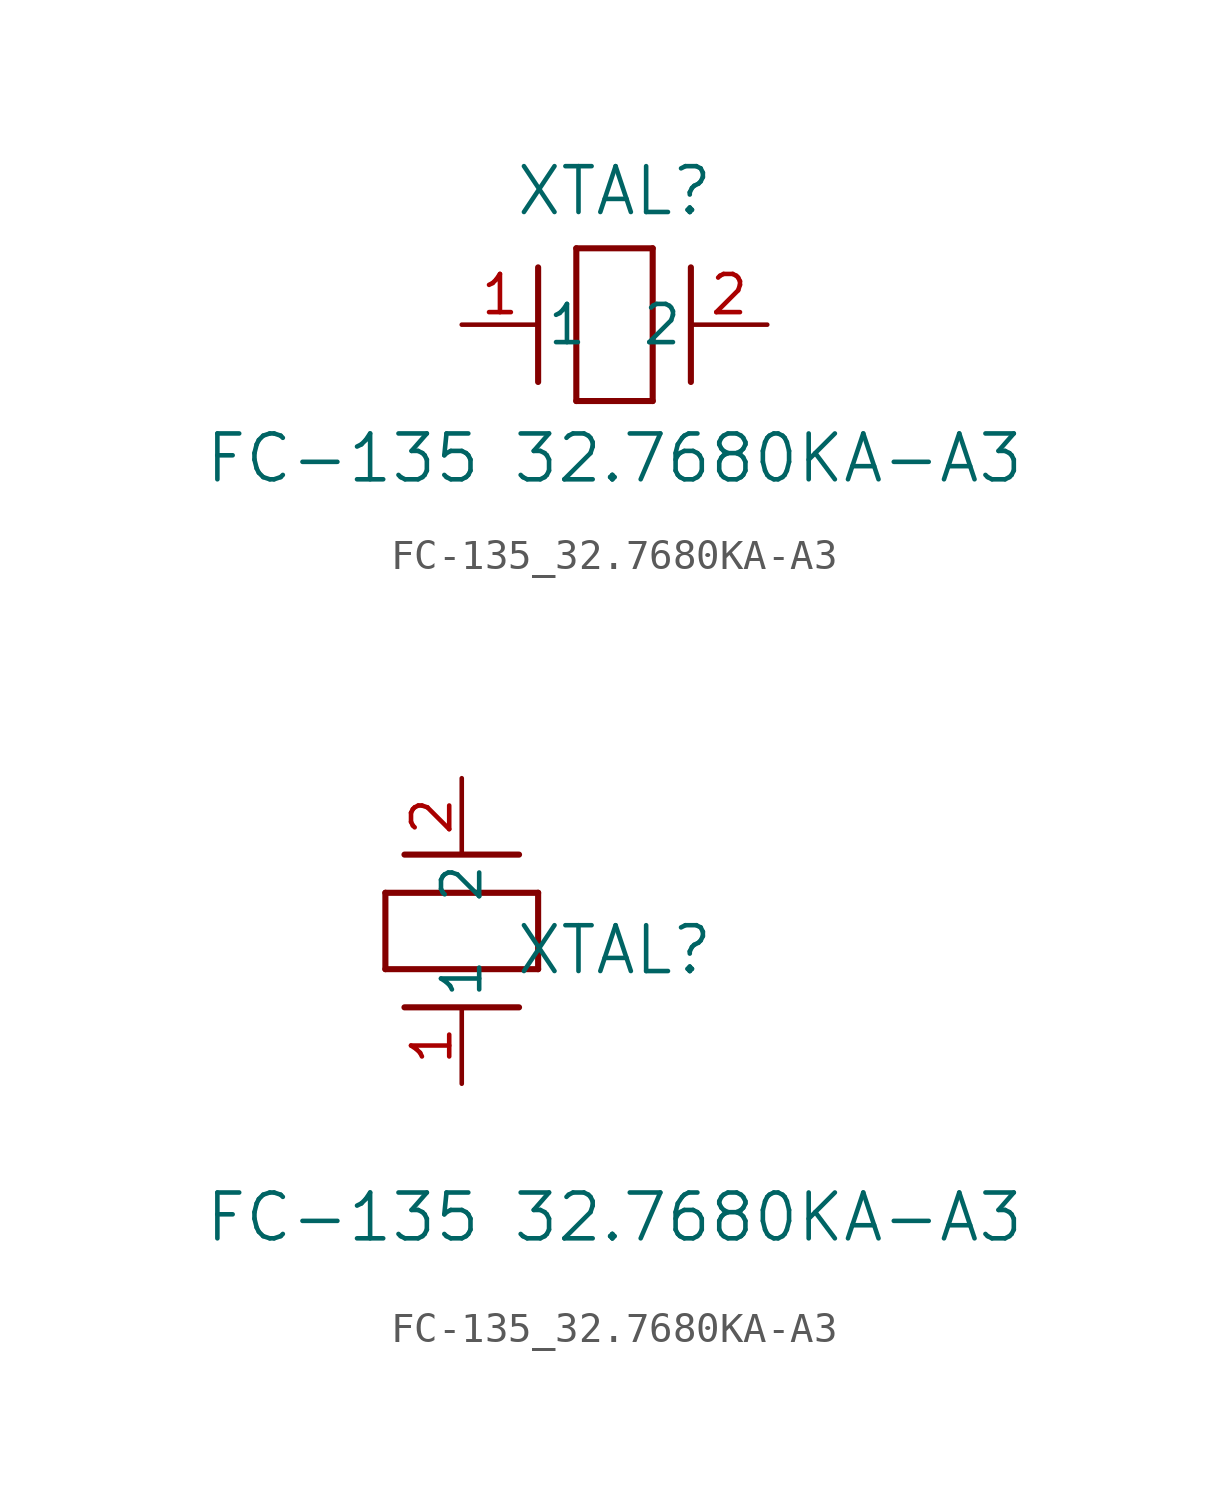
<source format=kicad_sym>
(kicad_symbol_lib
  (version 20211014)
  (generator kicad_symbol_editor)
  (symbol "FC-135_32.7680KA-A3"
    (pin_names
      (offset 0.254))
    (property "Reference" "XTAL"
      (at 5.08 4.445 0)
      (effects (font (size 1.524 1.524))))
    (property "Value" "FC-135 32.7680KA-A3"
      (at 5.08 -4.445 0)
      (effects (font (size 1.524 1.524))))
    (symbol "FC-135_32.7680KA-A3_1_1"
      (polyline (pts (xy 2.54 -1.905) (xy 2.54 1.905)) (stroke (width 0.203) (type default) (color 0 0 0 0)) (fill (type none)))
      (polyline (pts (xy 6.35 2.54) (xy 6.35 -2.54)) (stroke (width 0.203) (type default) (color 0 0 0 0)) (fill (type none)))
      (polyline (pts (xy 7.62 -1.905) (xy 7.62 1.905)) (stroke (width 0.203) (type default) (color 0 0 0 0)) (fill (type none)))
      (polyline (pts (xy 6.35 -2.54) (xy 3.81 -2.54)) (stroke (width 0.203) (type default) (color 0 0 0 0)) (fill (type none)))
      (polyline (pts (xy 3.81 2.54) (xy 6.35 2.54)) (stroke (width 0.203) (type default) (color 0 0 0 0)) (fill (type none)))
      (polyline (pts (xy 3.81 -2.54) (xy 3.81 2.54)) (stroke (width 0.203) (type default) (color 0 0 0 0)) (fill (type none)))
      (pin unspecified line (at 0 0 0) (length 2.54) (name "1" (effects (font (size 1.27 1.27)))) (number "1" (effects (font (size 1.27 1.27)))))
      (pin unspecified line (at 10.16 0 180) (length 2.54) (name "2" (effects (font (size 1.27 1.27)))) (number "2" (effects (font (size 1.27 1.27))))))
    (symbol "FC-135_32.7680KA-A3_1_2"
      (polyline (pts (xy 1.905 7.62) (xy -1.905 7.62)) (stroke (width 0.203) (type default) (color 0 0 0 0)) (fill (type none)))
      (polyline (pts (xy -2.54 3.81) (xy -2.54 6.35)) (stroke (width 0.203) (type default) (color 0 0 0 0)) (fill (type none)))
      (polyline (pts (xy 1.905 2.54) (xy -1.905 2.54)) (stroke (width 0.203) (type default) (color 0 0 0 0)) (fill (type none)))
      (polyline (pts (xy 2.54 6.35) (xy 2.54 3.81)) (stroke (width 0.203) (type default) (color 0 0 0 0)) (fill (type none)))
      (polyline (pts (xy -2.54 6.35) (xy 2.54 6.35)) (stroke (width 0.203) (type default) (color 0 0 0 0)) (fill (type none)))
      (polyline (pts (xy 2.54 3.81) (xy -2.54 3.81)) (stroke (width 0.203) (type default) (color 0 0 0 0)) (fill (type none)))
      (pin unspecified line (at 0 0 90) (length 2.54) (name "1" (effects (font (size 1.27 1.27)))) (number "1" (effects (font (size 1.27 1.27)))))
      (pin unspecified line (at 0 10.16 270) (length 2.54) (name "2" (effects (font (size 1.27 1.27)))) (number "2" (effects (font (size 1.27 1.27))))))))
</source>
